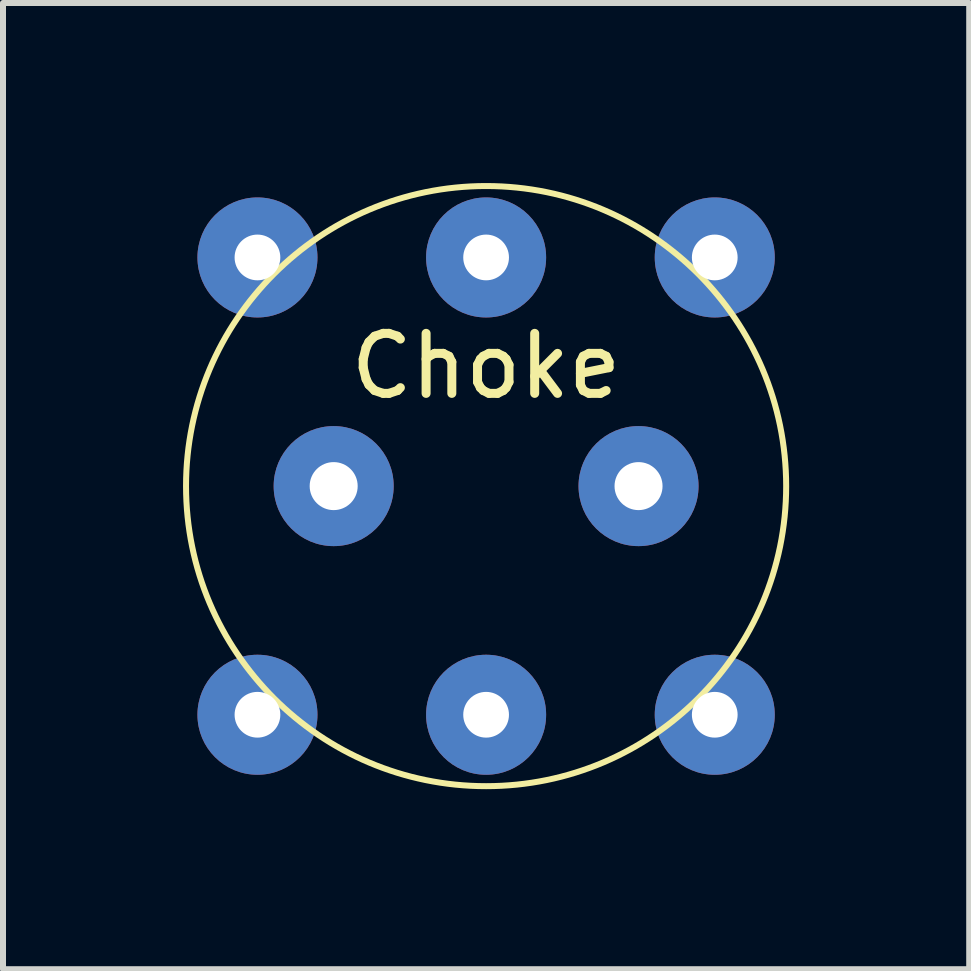
<source format=kicad_pcb>
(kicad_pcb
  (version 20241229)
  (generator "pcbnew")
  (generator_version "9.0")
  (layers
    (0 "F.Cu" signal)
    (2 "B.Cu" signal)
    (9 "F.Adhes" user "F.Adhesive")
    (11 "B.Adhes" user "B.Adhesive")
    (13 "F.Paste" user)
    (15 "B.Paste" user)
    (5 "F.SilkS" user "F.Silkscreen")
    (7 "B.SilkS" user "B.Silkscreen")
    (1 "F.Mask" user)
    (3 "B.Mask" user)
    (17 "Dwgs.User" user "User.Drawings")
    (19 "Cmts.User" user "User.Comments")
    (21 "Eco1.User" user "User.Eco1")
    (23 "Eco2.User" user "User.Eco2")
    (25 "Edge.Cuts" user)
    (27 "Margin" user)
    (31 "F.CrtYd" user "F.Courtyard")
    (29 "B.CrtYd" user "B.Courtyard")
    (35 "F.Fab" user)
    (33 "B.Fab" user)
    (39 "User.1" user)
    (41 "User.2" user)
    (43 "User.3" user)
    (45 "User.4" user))
  (footprint "Choke"
    (layer "F.Cu")
    (at 5.05 5.05)
    (property "Reference" "Choke" (at 0 -2 0) (layer "F.SilkS") (effects (font (size 1 1) (thickness 0.15))))
    (attr through_hole)
    (fp_circle (center 0 0) (end 4 3) (stroke (width 0.1) (type default)) (fill no) (layer "F.SilkS"))
    (pad "1" thru_hole circle (at -3.81 3.81) (size 2 2) (drill 0.762) (layers "*.Cu" "*.Mask"))
    (pad "2" thru_hole circle (at 3.81 3.81) (size 2 2) (drill 0.762) (layers "*.Cu" "*.Mask"))
    (pad "3" thru_hole circle (at 3.81 -3.81) (size 2 2) (drill 0.762) (layers "*.Cu" "*.Mask"))
    (pad "4" thru_hole circle (at -3.81 -3.81) (size 2 2) (drill 0.762) (layers "*.Cu" "*.Mask"))
    (pad "5" thru_hole circle (at 0 -3.81) (size 2 2) (drill 0.762) (layers "*.Cu" "*.Mask"))
    (pad "6" thru_hole circle (at 0 3.81) (size 2 2) (drill 0.762) (layers "*.Cu" "*.Mask"))
    (pad "7" thru_hole circle (at -2.54 0) (size 2 2) (drill 0.8) (layers "*.Cu" "*.Mask"))
    (pad "8" thru_hole circle (at 2.54 0) (size 2 2) (drill 0.8) (layers "*.Cu" "*.Mask")))
  (gr_rect
    (start -3 -3)
    (end 13.1 13.1)
    (stroke (width 0.1) (type default))
    (fill no)
    (layer "Edge.Cuts")))
</source>
